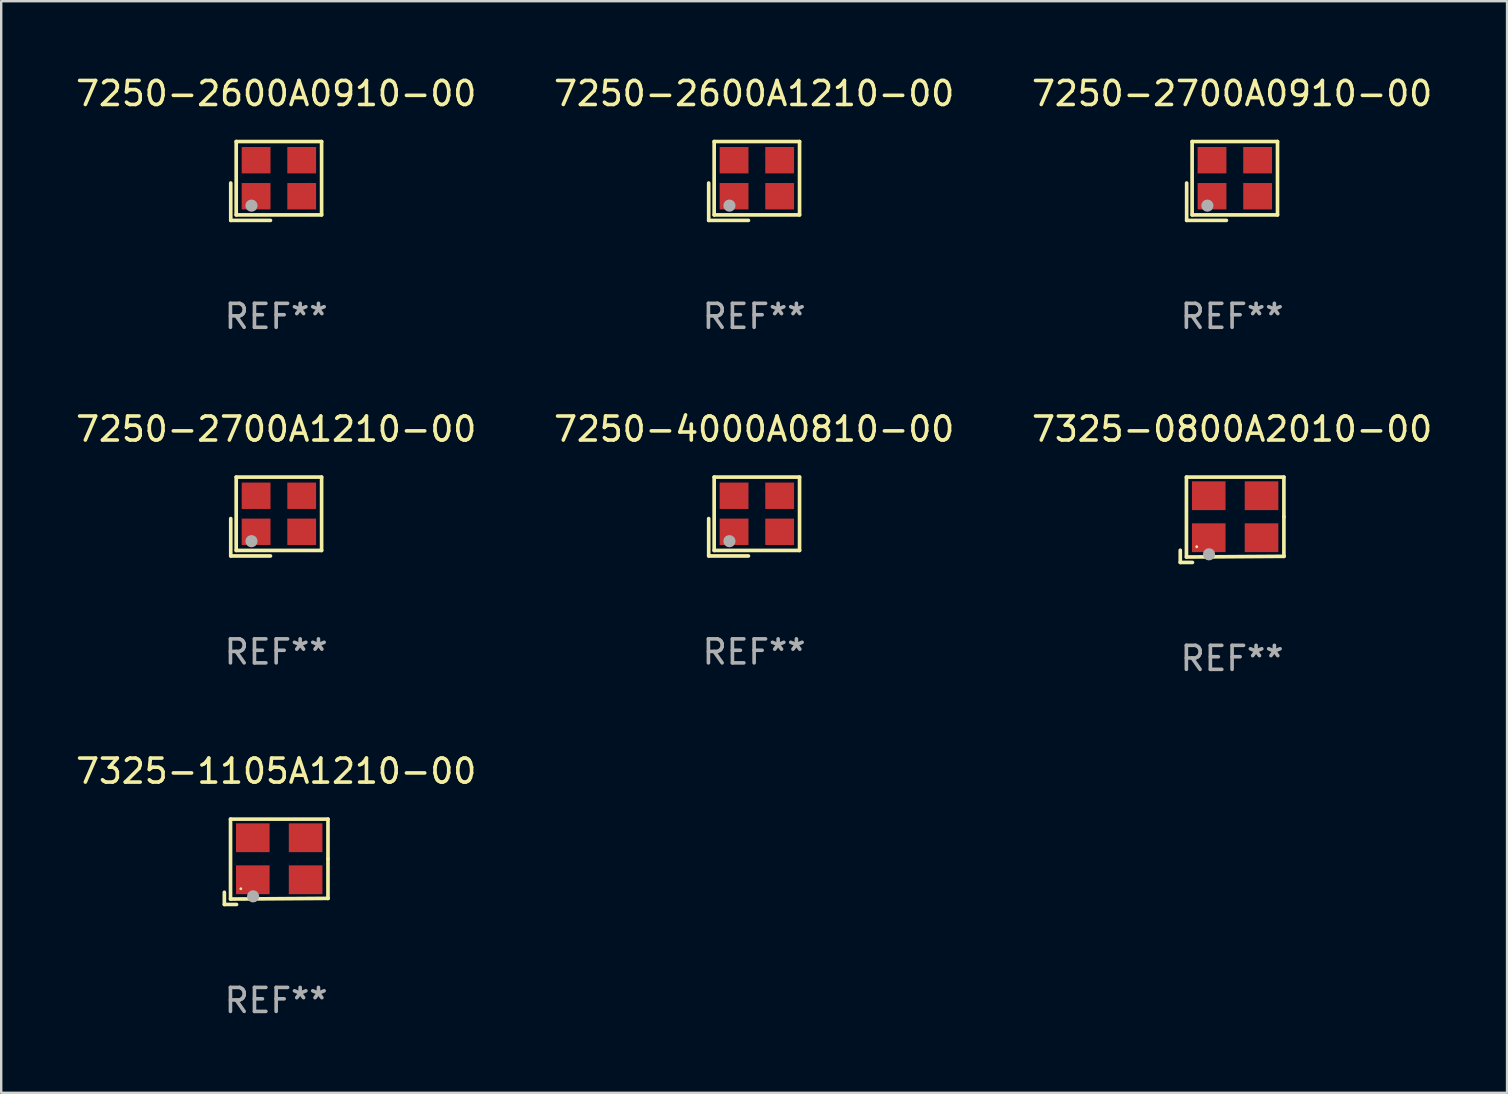
<source format=kicad_pcb>
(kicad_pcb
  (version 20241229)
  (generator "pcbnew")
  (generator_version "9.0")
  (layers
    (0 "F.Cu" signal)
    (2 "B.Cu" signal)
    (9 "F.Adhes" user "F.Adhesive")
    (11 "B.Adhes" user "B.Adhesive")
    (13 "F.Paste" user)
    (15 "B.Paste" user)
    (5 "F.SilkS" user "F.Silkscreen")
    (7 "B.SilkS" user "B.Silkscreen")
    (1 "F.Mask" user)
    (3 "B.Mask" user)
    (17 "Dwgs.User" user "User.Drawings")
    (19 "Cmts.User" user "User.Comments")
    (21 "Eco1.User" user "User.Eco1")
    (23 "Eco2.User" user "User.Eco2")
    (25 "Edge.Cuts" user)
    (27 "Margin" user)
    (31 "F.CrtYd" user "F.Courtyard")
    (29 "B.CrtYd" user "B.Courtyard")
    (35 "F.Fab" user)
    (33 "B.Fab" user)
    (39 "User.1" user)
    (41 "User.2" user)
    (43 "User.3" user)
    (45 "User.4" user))
  (footprint "7250-2600A1210-00"
    (layer "F.Cu")
    (at 28.375 4.491)
    (property "Reference" "7250-2600A1210-00" (at 0 -3.643 0) (layer "F.SilkS") (effects (font (size 1 1) (thickness 0.15))))
    (attr through_hole)
    (fp_line (start -1.893 0.086) (end -1.893 1.643) (stroke (width 0.152) (type solid)) (layer "F.SilkS"))
    (fp_line (start -1.893 1.643) (end -0.237 1.643) (stroke (width 0.152) (type solid)) (layer "F.SilkS"))
    (fp_line (start -1.665 -1.643) (end 1.893 -1.643) (stroke (width 0.152) (type solid)) (layer "F.SilkS"))
    (fp_line (start -1.665 1.414) (end -1.665 -1.643) (stroke (width 0.152) (type solid)) (layer "F.SilkS"))
    (fp_line (start 1.893 -1.643) (end 1.893 1.414) (stroke (width 0.152) (type solid)) (layer "F.SilkS"))
    (fp_line (start 1.893 1.414) (end -1.665 1.414) (stroke (width 0.152) (type solid)) (layer "F.SilkS"))
    (fp_circle (center -1.136 0.885) (end -1.106 0.885) (stroke (width 0.06) (type solid)) (fill no) (layer "F.SilkS"))
    (fp_circle (center -1.029 1.028) (end -0.902 1.028) (stroke (width 0.254) (type solid)) (fill no) (layer "F.Fab"))
    (fp_text user "REF**" (at 0 5.643 0) (layer "F.Fab") (effects (font (size 1 1) (thickness 0.15))))
    (pad "1" smd rect (at -0.836 0.636) (size 1.2 1.1) (layers "F.Cu" "F.Mask" "F.Paste"))
    (pad "2" smd rect (at 1.064 0.636) (size 1.2 1.1) (layers "F.Cu" "F.Mask" "F.Paste"))
    (pad "3" smd rect (at 1.064 -0.865) (size 1.2 1.1) (layers "F.Cu" "F.Mask" "F.Paste"))
    (pad "4" smd rect (at -0.836 -0.865) (size 1.2 1.1) (layers "F.Cu" "F.Mask" "F.Paste")))
  (footprint "7250-2700A0910-00"
    (layer "F.Cu")
    (at 48.292 4.491)
    (property "Reference" "7250-2700A0910-00" (at 0 -3.643 0) (layer "F.SilkS") (effects (font (size 1 1) (thickness 0.15))))
    (attr through_hole)
    (fp_line (start -1.893 0.086) (end -1.893 1.643) (stroke (width 0.152) (type solid)) (layer "F.SilkS"))
    (fp_line (start -1.893 1.643) (end -0.237 1.643) (stroke (width 0.152) (type solid)) (layer "F.SilkS"))
    (fp_line (start -1.665 -1.643) (end 1.893 -1.643) (stroke (width 0.152) (type solid)) (layer "F.SilkS"))
    (fp_line (start -1.665 1.414) (end -1.665 -1.643) (stroke (width 0.152) (type solid)) (layer "F.SilkS"))
    (fp_line (start 1.893 -1.643) (end 1.893 1.414) (stroke (width 0.152) (type solid)) (layer "F.SilkS"))
    (fp_line (start 1.893 1.414) (end -1.665 1.414) (stroke (width 0.152) (type solid)) (layer "F.SilkS"))
    (fp_circle (center -1.136 0.885) (end -1.106 0.885) (stroke (width 0.06) (type solid)) (fill no) (layer "F.SilkS"))
    (fp_circle (center -1.029 1.028) (end -0.902 1.028) (stroke (width 0.254) (type solid)) (fill no) (layer "F.Fab"))
    (fp_text user "REF**" (at 0 5.643 0) (layer "F.Fab") (effects (font (size 1 1) (thickness 0.15))))
    (pad "1" smd rect (at -0.836 0.636) (size 1.2 1.1) (layers "F.Cu" "F.Mask" "F.Paste"))
    (pad "2" smd rect (at 1.064 0.636) (size 1.2 1.1) (layers "F.Cu" "F.Mask" "F.Paste"))
    (pad "3" smd rect (at 1.064 -0.865) (size 1.2 1.1) (layers "F.Cu" "F.Mask" "F.Paste"))
    (pad "4" smd rect (at -0.836 -0.865) (size 1.2 1.1) (layers "F.Cu" "F.Mask" "F.Paste")))
  (footprint "7250-2700A1210-00"
    (layer "F.Cu")
    (at 8.458 18.474)
    (property "Reference" "7250-2700A1210-00" (at 0 -3.643 0) (layer "F.SilkS") (effects (font (size 1 1) (thickness 0.15))))
    (attr through_hole)
    (fp_line (start -1.893 0.086) (end -1.893 1.643) (stroke (width 0.152) (type solid)) (layer "F.SilkS"))
    (fp_line (start -1.893 1.643) (end -0.237 1.643) (stroke (width 0.152) (type solid)) (layer "F.SilkS"))
    (fp_line (start -1.665 -1.643) (end 1.893 -1.643) (stroke (width 0.152) (type solid)) (layer "F.SilkS"))
    (fp_line (start -1.665 1.414) (end -1.665 -1.643) (stroke (width 0.152) (type solid)) (layer "F.SilkS"))
    (fp_line (start 1.893 -1.643) (end 1.893 1.414) (stroke (width 0.152) (type solid)) (layer "F.SilkS"))
    (fp_line (start 1.893 1.414) (end -1.665 1.414) (stroke (width 0.152) (type solid)) (layer "F.SilkS"))
    (fp_circle (center -1.136 0.885) (end -1.106 0.885) (stroke (width 0.06) (type solid)) (fill no) (layer "F.SilkS"))
    (fp_circle (center -1.029 1.028) (end -0.902 1.028) (stroke (width 0.254) (type solid)) (fill no) (layer "F.Fab"))
    (fp_text user "REF**" (at 0 5.643 0) (layer "F.Fab") (effects (font (size 1 1) (thickness 0.15))))
    (pad "1" smd rect (at -0.836 0.636) (size 1.2 1.1) (layers "F.Cu" "F.Mask" "F.Paste"))
    (pad "2" smd rect (at 1.064 0.636) (size 1.2 1.1) (layers "F.Cu" "F.Mask" "F.Paste"))
    (pad "3" smd rect (at 1.064 -0.865) (size 1.2 1.1) (layers "F.Cu" "F.Mask" "F.Paste"))
    (pad "4" smd rect (at -0.836 -0.865) (size 1.2 1.1) (layers "F.Cu" "F.Mask" "F.Paste")))
  (footprint "7325-1105A1210-00"
    (layer "F.Cu")
    (at 8.458 32.862)
    (property "Reference" "7325-1105A1210-00" (at 0 -3.778 0) (layer "F.SilkS") (effects (font (size 1 1) (thickness 0.15))))
    (attr through_hole)
    (fp_line (start -2.159 1.27) (end -2.159 1.778) (stroke (width 0.152) (type solid)) (layer "F.SilkS"))
    (fp_line (start -2.159 1.778) (end -1.651 1.778) (stroke (width 0.152) (type solid)) (layer "F.SilkS"))
    (fp_line (start -1.902 -1.778) (end 2.159 -1.778) (stroke (width 0.152) (type solid)) (layer "F.SilkS"))
    (fp_line (start -1.902 1.552) (end -1.902 -1.778) (stroke (width 0.152) (type solid)) (layer "F.SilkS"))
    (fp_line (start 2.159 -1.778) (end 2.159 -0.127) (stroke (width 0.152) (type solid)) (layer "F.SilkS"))
    (fp_line (start 2.159 -0.127) (end 2.159 1.524) (stroke (width 0.152) (type solid)) (layer "F.SilkS"))
    (fp_line (start 2.159 1.524) (end -1.902 1.552) (stroke (width 0.152) (type solid)) (layer "F.SilkS"))
    (fp_line (start 2.159 1.524) (end 2.159 1.524) (stroke (width 0.152) (type solid)) (layer "F.SilkS"))
    (fp_circle (center -1.473 1.123) (end -1.443 1.123) (stroke (width 0.06) (type solid)) (fill no) (layer "F.SilkS"))
    (fp_circle (center -0.961 1.44) (end -0.834 1.44) (stroke (width 0.254) (type solid)) (fill no) (layer "F.Fab"))
    (fp_text user "REF**" (at 0 5.778 0) (layer "F.Fab") (effects (font (size 1 1) (thickness 0.15))))
    (pad "1" smd rect (at -0.973 0.748) (size 1.4 1.2) (layers "F.Cu" "F.Mask" "F.Paste"))
    (pad "2" smd rect (at 1.227 0.748) (size 1.4 1.2) (layers "F.Cu" "F.Mask" "F.Paste"))
    (pad "3" smd rect (at 1.227 -1.002) (size 1.4 1.2) (layers "F.Cu" "F.Mask" "F.Paste"))
    (pad "4" smd rect (at -0.973 -1.002) (size 1.4 1.2) (layers "F.Cu" "F.Mask" "F.Paste")))
  (footprint "7250-2600A0910-00"
    (layer "F.Cu")
    (at 8.458 4.491)
    (property "Reference" "7250-2600A0910-00" (at 0 -3.643 0) (layer "F.SilkS") (effects (font (size 1 1) (thickness 0.15))))
    (attr through_hole)
    (fp_line (start -1.893 0.086) (end -1.893 1.643) (stroke (width 0.152) (type solid)) (layer "F.SilkS"))
    (fp_line (start -1.893 1.643) (end -0.237 1.643) (stroke (width 0.152) (type solid)) (layer "F.SilkS"))
    (fp_line (start -1.665 -1.643) (end 1.893 -1.643) (stroke (width 0.152) (type solid)) (layer "F.SilkS"))
    (fp_line (start -1.665 1.414) (end -1.665 -1.643) (stroke (width 0.152) (type solid)) (layer "F.SilkS"))
    (fp_line (start 1.893 -1.643) (end 1.893 1.414) (stroke (width 0.152) (type solid)) (layer "F.SilkS"))
    (fp_line (start 1.893 1.414) (end -1.665 1.414) (stroke (width 0.152) (type solid)) (layer "F.SilkS"))
    (fp_circle (center -1.136 0.885) (end -1.106 0.885) (stroke (width 0.06) (type solid)) (fill no) (layer "F.SilkS"))
    (fp_circle (center -1.029 1.028) (end -0.902 1.028) (stroke (width 0.254) (type solid)) (fill no) (layer "F.Fab"))
    (fp_text user "REF**" (at 0 5.643 0) (layer "F.Fab") (effects (font (size 1 1) (thickness 0.15))))
    (pad "1" smd rect (at -0.836 0.636) (size 1.2 1.1) (layers "F.Cu" "F.Mask" "F.Paste"))
    (pad "2" smd rect (at 1.064 0.636) (size 1.2 1.1) (layers "F.Cu" "F.Mask" "F.Paste"))
    (pad "3" smd rect (at 1.064 -0.865) (size 1.2 1.1) (layers "F.Cu" "F.Mask" "F.Paste"))
    (pad "4" smd rect (at -0.836 -0.865) (size 1.2 1.1) (layers "F.Cu" "F.Mask" "F.Paste")))
  (footprint "7250-4000A0810-00"
    (layer "F.Cu")
    (at 28.375 18.474)
    (property "Reference" "7250-4000A0810-00" (at 0 -3.643 0) (layer "F.SilkS") (effects (font (size 1 1) (thickness 0.15))))
    (attr through_hole)
    (fp_line (start -1.893 0.086) (end -1.893 1.643) (stroke (width 0.152) (type solid)) (layer "F.SilkS"))
    (fp_line (start -1.893 1.643) (end -0.237 1.643) (stroke (width 0.152) (type solid)) (layer "F.SilkS"))
    (fp_line (start -1.665 -1.643) (end 1.893 -1.643) (stroke (width 0.152) (type solid)) (layer "F.SilkS"))
    (fp_line (start -1.665 1.414) (end -1.665 -1.643) (stroke (width 0.152) (type solid)) (layer "F.SilkS"))
    (fp_line (start 1.893 -1.643) (end 1.893 1.414) (stroke (width 0.152) (type solid)) (layer "F.SilkS"))
    (fp_line (start 1.893 1.414) (end -1.665 1.414) (stroke (width 0.152) (type solid)) (layer "F.SilkS"))
    (fp_circle (center -1.136 0.885) (end -1.106 0.885) (stroke (width 0.06) (type solid)) (fill no) (layer "F.SilkS"))
    (fp_circle (center -1.029 1.028) (end -0.902 1.028) (stroke (width 0.254) (type solid)) (fill no) (layer "F.Fab"))
    (fp_text user "REF**" (at 0 5.643 0) (layer "F.Fab") (effects (font (size 1 1) (thickness 0.15))))
    (pad "1" smd rect (at -0.836 0.636) (size 1.2 1.1) (layers "F.Cu" "F.Mask" "F.Paste"))
    (pad "2" smd rect (at 1.064 0.636) (size 1.2 1.1) (layers "F.Cu" "F.Mask" "F.Paste"))
    (pad "3" smd rect (at 1.064 -0.865) (size 1.2 1.1) (layers "F.Cu" "F.Mask" "F.Paste"))
    (pad "4" smd rect (at -0.836 -0.865) (size 1.2 1.1) (layers "F.Cu" "F.Mask" "F.Paste")))
  (footprint "7325-0800A2010-00"
    (layer "F.Cu")
    (at 48.292 18.609)
    (property "Reference" "7325-0800A2010-00" (at 0 -3.778 0) (layer "F.SilkS") (effects (font (size 1 1) (thickness 0.15))))
    (attr through_hole)
    (fp_line (start -2.159 1.27) (end -2.159 1.778) (stroke (width 0.152) (type solid)) (layer "F.SilkS"))
    (fp_line (start -2.159 1.778) (end -1.651 1.778) (stroke (width 0.152) (type solid)) (layer "F.SilkS"))
    (fp_line (start -1.902 -1.778) (end 2.159 -1.778) (stroke (width 0.152) (type solid)) (layer "F.SilkS"))
    (fp_line (start -1.902 1.552) (end -1.902 -1.778) (stroke (width 0.152) (type solid)) (layer "F.SilkS"))
    (fp_line (start 2.159 -1.778) (end 2.159 -0.127) (stroke (width 0.152) (type solid)) (layer "F.SilkS"))
    (fp_line (start 2.159 -0.127) (end 2.159 1.524) (stroke (width 0.152) (type solid)) (layer "F.SilkS"))
    (fp_line (start 2.159 1.524) (end -1.902 1.552) (stroke (width 0.152) (type solid)) (layer "F.SilkS"))
    (fp_line (start 2.159 1.524) (end 2.159 1.524) (stroke (width 0.152) (type solid)) (layer "F.SilkS"))
    (fp_circle (center -1.473 1.123) (end -1.443 1.123) (stroke (width 0.06) (type solid)) (fill no) (layer "F.SilkS"))
    (fp_circle (center -0.961 1.44) (end -0.834 1.44) (stroke (width 0.254) (type solid)) (fill no) (layer "F.Fab"))
    (fp_text user "REF**" (at 0 5.778 0) (layer "F.Fab") (effects (font (size 1 1) (thickness 0.15))))
    (pad "1" smd rect (at -0.973 0.748) (size 1.4 1.2) (layers "F.Cu" "F.Mask" "F.Paste"))
    (pad "2" smd rect (at 1.227 0.748) (size 1.4 1.2) (layers "F.Cu" "F.Mask" "F.Paste"))
    (pad "3" smd rect (at 1.227 -1.002) (size 1.4 1.2) (layers "F.Cu" "F.Mask" "F.Paste"))
    (pad "4" smd rect (at -0.973 -1.002) (size 1.4 1.2) (layers "F.Cu" "F.Mask" "F.Paste")))
  (gr_rect
    (start -3 -3)
    (end 59.75 42.488)
    (stroke (width 0.1) (type default))
    (fill no)
    (layer "Edge.Cuts")))
</source>
